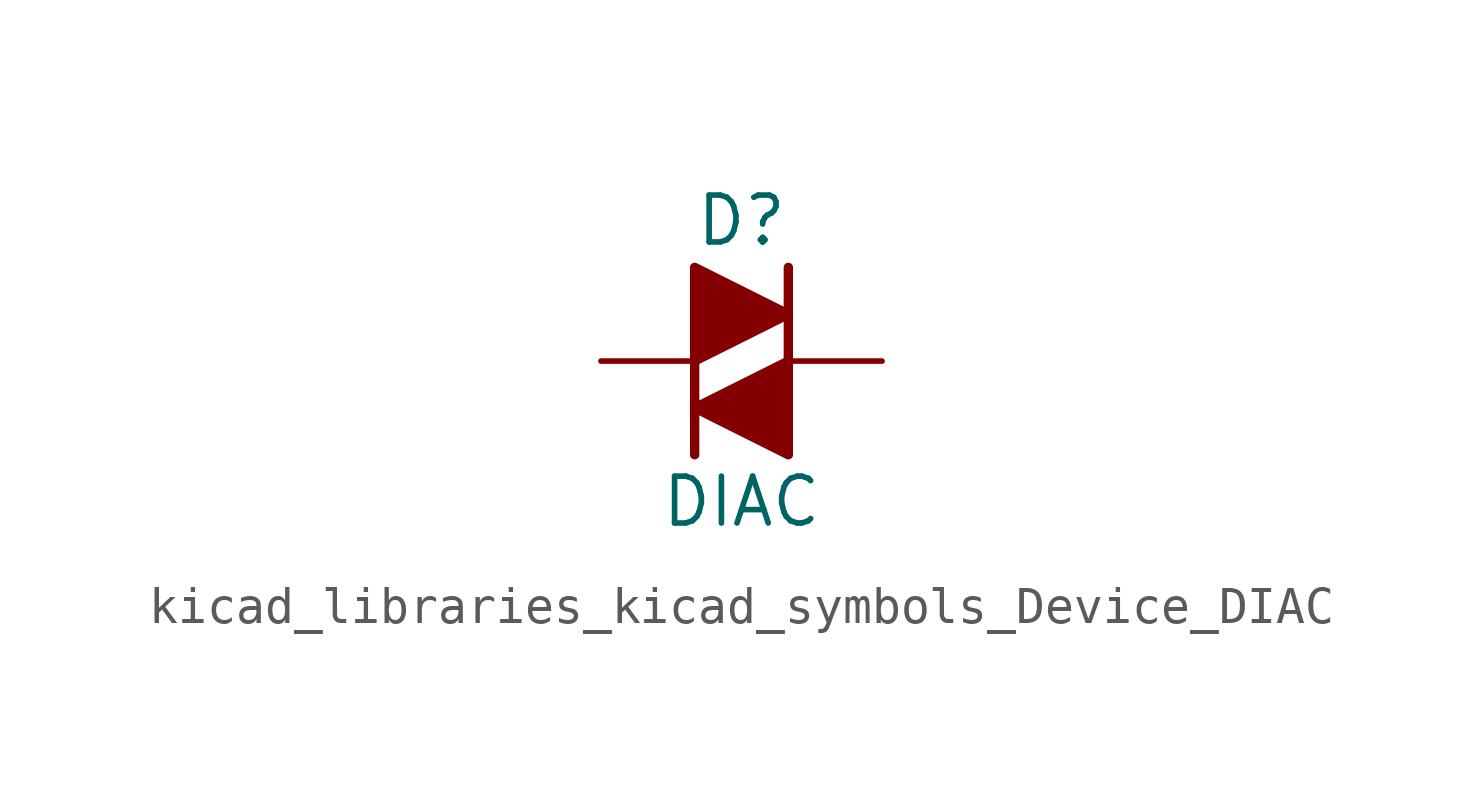
<source format=kicad_sym>
(kicad_symbol_lib
  (version 20220914)
  (generator kicad_symbol_editor)
  (symbol "kicad_libraries_kicad_symbols_Device_DIAC"
    (pin_numbers hide)
    (pin_names
      (offset 1.016) hide)
    (property "Reference" "D"
      (at 0 3.81 0)
      (effects (font (size 1.27 1.27))))
    (property "Value" "DIAC"
      (at 0 -3.81 0)
      (effects (font (size 1.27 1.27))))
    (symbol "kicad_libraries_kicad_symbols_Device_DIAC_0_1"
      (polyline (pts (xy -1.27 -2.54) (xy -1.27 2.54) (xy 1.27 1.27) (xy -1.27 0)) (stroke (width 0.254) (type default)) (fill (type outline)))
      (polyline (pts (xy 1.27 2.54) (xy 1.27 -2.54) (xy -1.27 -1.27) (xy 1.27 0)) (stroke (width 0.254) (type default)) (fill (type outline))))
    (symbol "kicad_libraries_kicad_symbols_Device_DIAC_1_1"
      (pin passive line (at -3.81 0 0) (length 2.54) (name "K" (effects (font (size 1.27 1.27)))) (number "1" (effects (font (size 1.27 1.27)))))
      (pin passive line (at 3.81 0 180) (length 2.54) (name "A" (effects (font (size 1.27 1.27)))) (number "2" (effects (font (size 1.27 1.27))))))))
</source>
